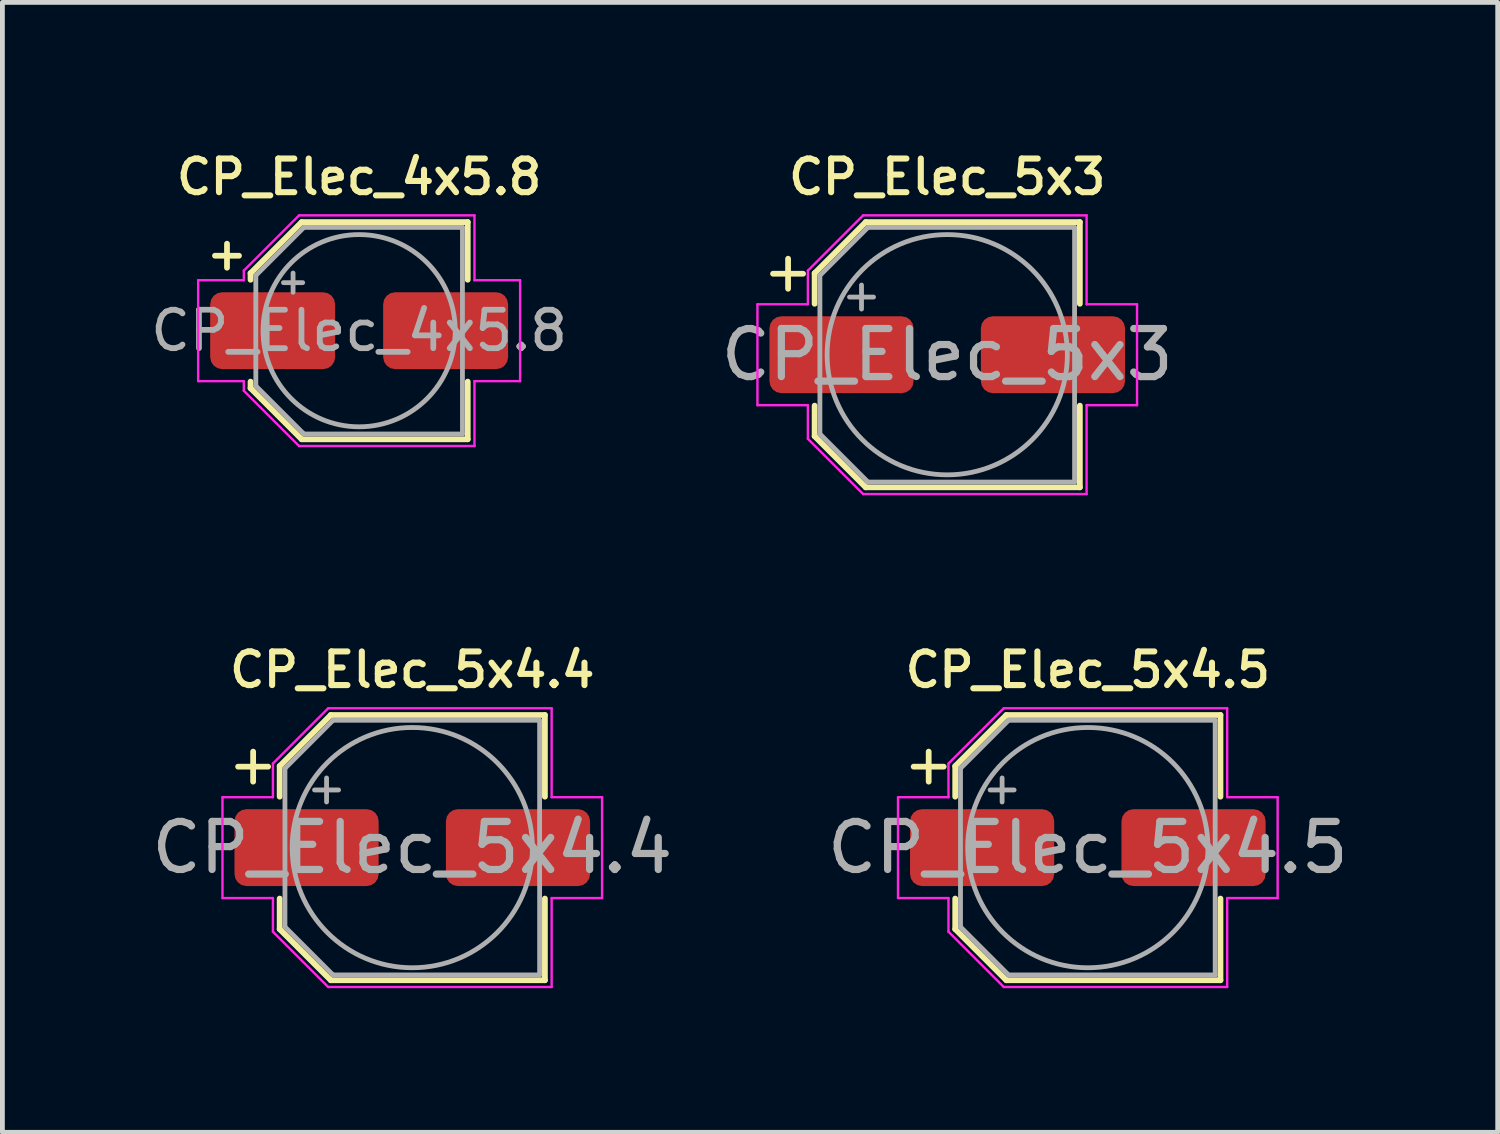
<source format=kicad_pcb>
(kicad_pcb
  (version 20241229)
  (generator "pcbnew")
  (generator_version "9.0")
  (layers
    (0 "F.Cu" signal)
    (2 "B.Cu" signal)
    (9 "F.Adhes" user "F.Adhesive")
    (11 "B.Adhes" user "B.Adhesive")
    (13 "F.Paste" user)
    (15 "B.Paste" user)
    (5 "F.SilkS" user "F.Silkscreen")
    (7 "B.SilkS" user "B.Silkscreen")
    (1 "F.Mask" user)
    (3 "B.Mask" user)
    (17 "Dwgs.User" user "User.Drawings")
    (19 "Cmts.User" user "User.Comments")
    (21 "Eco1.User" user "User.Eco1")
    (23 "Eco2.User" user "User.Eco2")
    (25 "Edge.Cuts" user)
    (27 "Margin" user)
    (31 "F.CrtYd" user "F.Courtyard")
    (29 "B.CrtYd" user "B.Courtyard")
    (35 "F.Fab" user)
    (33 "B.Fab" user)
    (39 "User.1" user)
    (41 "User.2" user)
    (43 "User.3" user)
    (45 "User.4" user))
  (footprint "CP_Elec_5x4.4"
    (layer "F.Cu")
    (at 5.53 14.59)
    (property "Reference" "CP_Elec_5x4.4" (at 0 -3.7 0) (layer "F.SilkS") (effects (font (size 0.7 0.7) (thickness 0.127))))
    (attr smd)
    (fp_line (start -3.625 -1.685) (end -3 -1.685) (stroke (width 0.12) (type solid)) (layer "F.SilkS"))
    (fp_line (start -3.312 -1.998) (end -3.312 -1.373) (stroke (width 0.12) (type solid)) (layer "F.SilkS"))
    (fp_line (start -2.76 -1.696) (end -2.76 -1.06) (stroke (width 0.12) (type solid)) (layer "F.SilkS"))
    (fp_line (start -2.76 -1.696) (end -1.696 -2.76) (stroke (width 0.12) (type solid)) (layer "F.SilkS"))
    (fp_line (start -2.76 1.696) (end -2.76 1.06) (stroke (width 0.12) (type solid)) (layer "F.SilkS"))
    (fp_line (start -2.76 1.696) (end -1.696 2.76) (stroke (width 0.12) (type solid)) (layer "F.SilkS"))
    (fp_line (start -1.696 -2.76) (end 2.76 -2.76) (stroke (width 0.12) (type solid)) (layer "F.SilkS"))
    (fp_line (start -1.696 2.76) (end 2.76 2.76) (stroke (width 0.12) (type solid)) (layer "F.SilkS"))
    (fp_line (start 2.76 -2.76) (end 2.76 -1.06) (stroke (width 0.12) (type solid)) (layer "F.SilkS"))
    (fp_line (start 2.76 2.76) (end 2.76 1.06) (stroke (width 0.12) (type solid)) (layer "F.SilkS"))
    (fp_line (start -3.95 -1.05) (end -3.95 1.05) (stroke (width 0.05) (type solid)) (layer "F.CrtYd"))
    (fp_line (start -3.95 1.05) (end -2.9 1.05) (stroke (width 0.05) (type solid)) (layer "F.CrtYd"))
    (fp_line (start -2.9 -1.75) (end -2.9 -1.05) (stroke (width 0.05) (type solid)) (layer "F.CrtYd"))
    (fp_line (start -2.9 -1.75) (end -1.75 -2.9) (stroke (width 0.05) (type solid)) (layer "F.CrtYd"))
    (fp_line (start -2.9 -1.05) (end -3.95 -1.05) (stroke (width 0.05) (type solid)) (layer "F.CrtYd"))
    (fp_line (start -2.9 1.05) (end -2.9 1.75) (stroke (width 0.05) (type solid)) (layer "F.CrtYd"))
    (fp_line (start -2.9 1.75) (end -1.75 2.9) (stroke (width 0.05) (type solid)) (layer "F.CrtYd"))
    (fp_line (start -1.75 -2.9) (end 2.9 -2.9) (stroke (width 0.05) (type solid)) (layer "F.CrtYd"))
    (fp_line (start -1.75 2.9) (end 2.9 2.9) (stroke (width 0.05) (type solid)) (layer "F.CrtYd"))
    (fp_line (start 2.9 -2.9) (end 2.9 -1.05) (stroke (width 0.05) (type solid)) (layer "F.CrtYd"))
    (fp_line (start 2.9 -1.05) (end 3.95 -1.05) (stroke (width 0.05) (type solid)) (layer "F.CrtYd"))
    (fp_line (start 2.9 1.05) (end 2.9 2.9) (stroke (width 0.05) (type solid)) (layer "F.CrtYd"))
    (fp_line (start 3.95 -1.05) (end 3.95 1.05) (stroke (width 0.05) (type solid)) (layer "F.CrtYd"))
    (fp_line (start 3.95 1.05) (end 2.9 1.05) (stroke (width 0.05) (type solid)) (layer "F.CrtYd"))
    (fp_line (start -2.65 -1.65) (end -2.65 1.65) (stroke (width 0.1) (type solid)) (layer "F.Fab"))
    (fp_line (start -2.65 -1.65) (end -1.65 -2.65) (stroke (width 0.1) (type solid)) (layer "F.Fab"))
    (fp_line (start -2.65 1.65) (end -1.65 2.65) (stroke (width 0.1) (type solid)) (layer "F.Fab"))
    (fp_line (start -2.034 -1.2) (end -1.534 -1.2) (stroke (width 0.1) (type solid)) (layer "F.Fab"))
    (fp_line (start -1.784 -1.45) (end -1.784 -0.95) (stroke (width 0.1) (type solid)) (layer "F.Fab"))
    (fp_line (start -1.65 -2.65) (end 2.65 -2.65) (stroke (width 0.1) (type solid)) (layer "F.Fab"))
    (fp_line (start -1.65 2.65) (end 2.65 2.65) (stroke (width 0.1) (type solid)) (layer "F.Fab"))
    (fp_line (start 2.65 -2.65) (end 2.65 2.65) (stroke (width 0.1) (type solid)) (layer "F.Fab"))
    (fp_circle (center 0 0) (end 2.5 0) (stroke (width 0.1) (type solid)) (fill no) (layer "F.Fab"))
    (fp_text user "${REFERENCE}" (at 0 0 0) (layer "F.Fab") (effects (font (size 1 1) (thickness 0.15))))
    (pad "1" smd roundrect (at -2.2 0) (size 3 1.6) (layers "F.Cu" "F.Mask" "F.Paste") (roundrect_rratio 0.156))
    (pad "2" smd roundrect (at 2.2 0) (size 3 1.6) (layers "F.Cu" "F.Mask" "F.Paste") (roundrect_rratio 0.156)))
  (footprint "CP_Elec_5x4.5"
    (layer "F.Cu")
    (at 19.589 14.59)
    (property "Reference" "CP_Elec_5x4.5" (at 0 -3.7 0) (layer "F.SilkS") (effects (font (size 0.7 0.7) (thickness 0.127))))
    (attr smd)
    (fp_line (start -3.625 -1.685) (end -3 -1.685) (stroke (width 0.12) (type solid)) (layer "F.SilkS"))
    (fp_line (start -3.312 -1.998) (end -3.312 -1.373) (stroke (width 0.12) (type solid)) (layer "F.SilkS"))
    (fp_line (start -2.76 -1.696) (end -2.76 -1.06) (stroke (width 0.12) (type solid)) (layer "F.SilkS"))
    (fp_line (start -2.76 -1.696) (end -1.696 -2.76) (stroke (width 0.12) (type solid)) (layer "F.SilkS"))
    (fp_line (start -2.76 1.696) (end -2.76 1.06) (stroke (width 0.12) (type solid)) (layer "F.SilkS"))
    (fp_line (start -2.76 1.696) (end -1.696 2.76) (stroke (width 0.12) (type solid)) (layer "F.SilkS"))
    (fp_line (start -1.696 -2.76) (end 2.76 -2.76) (stroke (width 0.12) (type solid)) (layer "F.SilkS"))
    (fp_line (start -1.696 2.76) (end 2.76 2.76) (stroke (width 0.12) (type solid)) (layer "F.SilkS"))
    (fp_line (start 2.76 -2.76) (end 2.76 -1.06) (stroke (width 0.12) (type solid)) (layer "F.SilkS"))
    (fp_line (start 2.76 2.76) (end 2.76 1.06) (stroke (width 0.12) (type solid)) (layer "F.SilkS"))
    (fp_line (start -3.95 -1.05) (end -3.95 1.05) (stroke (width 0.05) (type solid)) (layer "F.CrtYd"))
    (fp_line (start -3.95 1.05) (end -2.9 1.05) (stroke (width 0.05) (type solid)) (layer "F.CrtYd"))
    (fp_line (start -2.9 -1.75) (end -2.9 -1.05) (stroke (width 0.05) (type solid)) (layer "F.CrtYd"))
    (fp_line (start -2.9 -1.75) (end -1.75 -2.9) (stroke (width 0.05) (type solid)) (layer "F.CrtYd"))
    (fp_line (start -2.9 -1.05) (end -3.95 -1.05) (stroke (width 0.05) (type solid)) (layer "F.CrtYd"))
    (fp_line (start -2.9 1.05) (end -2.9 1.75) (stroke (width 0.05) (type solid)) (layer "F.CrtYd"))
    (fp_line (start -2.9 1.75) (end -1.75 2.9) (stroke (width 0.05) (type solid)) (layer "F.CrtYd"))
    (fp_line (start -1.75 -2.9) (end 2.9 -2.9) (stroke (width 0.05) (type solid)) (layer "F.CrtYd"))
    (fp_line (start -1.75 2.9) (end 2.9 2.9) (stroke (width 0.05) (type solid)) (layer "F.CrtYd"))
    (fp_line (start 2.9 -2.9) (end 2.9 -1.05) (stroke (width 0.05) (type solid)) (layer "F.CrtYd"))
    (fp_line (start 2.9 -1.05) (end 3.95 -1.05) (stroke (width 0.05) (type solid)) (layer "F.CrtYd"))
    (fp_line (start 2.9 1.05) (end 2.9 2.9) (stroke (width 0.05) (type solid)) (layer "F.CrtYd"))
    (fp_line (start 3.95 -1.05) (end 3.95 1.05) (stroke (width 0.05) (type solid)) (layer "F.CrtYd"))
    (fp_line (start 3.95 1.05) (end 2.9 1.05) (stroke (width 0.05) (type solid)) (layer "F.CrtYd"))
    (fp_line (start -2.65 -1.65) (end -2.65 1.65) (stroke (width 0.1) (type solid)) (layer "F.Fab"))
    (fp_line (start -2.65 -1.65) (end -1.65 -2.65) (stroke (width 0.1) (type solid)) (layer "F.Fab"))
    (fp_line (start -2.65 1.65) (end -1.65 2.65) (stroke (width 0.1) (type solid)) (layer "F.Fab"))
    (fp_line (start -2.034 -1.2) (end -1.534 -1.2) (stroke (width 0.1) (type solid)) (layer "F.Fab"))
    (fp_line (start -1.784 -1.45) (end -1.784 -0.95) (stroke (width 0.1) (type solid)) (layer "F.Fab"))
    (fp_line (start -1.65 -2.65) (end 2.65 -2.65) (stroke (width 0.1) (type solid)) (layer "F.Fab"))
    (fp_line (start -1.65 2.65) (end 2.65 2.65) (stroke (width 0.1) (type solid)) (layer "F.Fab"))
    (fp_line (start 2.65 -2.65) (end 2.65 2.65) (stroke (width 0.1) (type solid)) (layer "F.Fab"))
    (fp_circle (center 0 0) (end 2.5 0) (stroke (width 0.1) (type solid)) (fill no) (layer "F.Fab"))
    (fp_text user "${REFERENCE}" (at 0 0 0) (layer "F.Fab") (effects (font (size 1 1) (thickness 0.15))))
    (pad "1" smd roundrect (at -2.2 0) (size 3 1.6) (layers "F.Cu" "F.Mask" "F.Paste") (roundrect_rratio 0.156))
    (pad "2" smd roundrect (at 2.2 0) (size 3 1.6) (layers "F.Cu" "F.Mask" "F.Paste") (roundrect_rratio 0.156)))
  (footprint "CP_Elec_5x3"
    (layer "F.Cu")
    (at 16.663 4.332)
    (property "Reference" "CP_Elec_5x3" (at 0 -3.7 0) (layer "F.SilkS") (effects (font (size 0.7 0.7) (thickness 0.127))))
    (attr smd)
    (fp_line (start -3.625 -1.685) (end -3 -1.685) (stroke (width 0.12) (type solid)) (layer "F.SilkS"))
    (fp_line (start -3.312 -1.998) (end -3.312 -1.373) (stroke (width 0.12) (type solid)) (layer "F.SilkS"))
    (fp_line (start -2.76 -1.696) (end -2.76 -1.06) (stroke (width 0.12) (type solid)) (layer "F.SilkS"))
    (fp_line (start -2.76 -1.696) (end -1.696 -2.76) (stroke (width 0.12) (type solid)) (layer "F.SilkS"))
    (fp_line (start -2.76 1.696) (end -2.76 1.06) (stroke (width 0.12) (type solid)) (layer "F.SilkS"))
    (fp_line (start -2.76 1.696) (end -1.696 2.76) (stroke (width 0.12) (type solid)) (layer "F.SilkS"))
    (fp_line (start -1.696 -2.76) (end 2.76 -2.76) (stroke (width 0.12) (type solid)) (layer "F.SilkS"))
    (fp_line (start -1.696 2.76) (end 2.76 2.76) (stroke (width 0.12) (type solid)) (layer "F.SilkS"))
    (fp_line (start 2.76 -2.76) (end 2.76 -1.06) (stroke (width 0.12) (type solid)) (layer "F.SilkS"))
    (fp_line (start 2.76 2.76) (end 2.76 1.06) (stroke (width 0.12) (type solid)) (layer "F.SilkS"))
    (fp_line (start -3.95 -1.05) (end -3.95 1.05) (stroke (width 0.05) (type solid)) (layer "F.CrtYd"))
    (fp_line (start -3.95 1.05) (end -2.9 1.05) (stroke (width 0.05) (type solid)) (layer "F.CrtYd"))
    (fp_line (start -2.9 -1.75) (end -2.9 -1.05) (stroke (width 0.05) (type solid)) (layer "F.CrtYd"))
    (fp_line (start -2.9 -1.75) (end -1.75 -2.9) (stroke (width 0.05) (type solid)) (layer "F.CrtYd"))
    (fp_line (start -2.9 -1.05) (end -3.95 -1.05) (stroke (width 0.05) (type solid)) (layer "F.CrtYd"))
    (fp_line (start -2.9 1.05) (end -2.9 1.75) (stroke (width 0.05) (type solid)) (layer "F.CrtYd"))
    (fp_line (start -2.9 1.75) (end -1.75 2.9) (stroke (width 0.05) (type solid)) (layer "F.CrtYd"))
    (fp_line (start -1.75 -2.9) (end 2.9 -2.9) (stroke (width 0.05) (type solid)) (layer "F.CrtYd"))
    (fp_line (start -1.75 2.9) (end 2.9 2.9) (stroke (width 0.05) (type solid)) (layer "F.CrtYd"))
    (fp_line (start 2.9 -2.9) (end 2.9 -1.05) (stroke (width 0.05) (type solid)) (layer "F.CrtYd"))
    (fp_line (start 2.9 -1.05) (end 3.95 -1.05) (stroke (width 0.05) (type solid)) (layer "F.CrtYd"))
    (fp_line (start 2.9 1.05) (end 2.9 2.9) (stroke (width 0.05) (type solid)) (layer "F.CrtYd"))
    (fp_line (start 3.95 -1.05) (end 3.95 1.05) (stroke (width 0.05) (type solid)) (layer "F.CrtYd"))
    (fp_line (start 3.95 1.05) (end 2.9 1.05) (stroke (width 0.05) (type solid)) (layer "F.CrtYd"))
    (fp_line (start -2.65 -1.65) (end -2.65 1.65) (stroke (width 0.1) (type solid)) (layer "F.Fab"))
    (fp_line (start -2.65 -1.65) (end -1.65 -2.65) (stroke (width 0.1) (type solid)) (layer "F.Fab"))
    (fp_line (start -2.65 1.65) (end -1.65 2.65) (stroke (width 0.1) (type solid)) (layer "F.Fab"))
    (fp_line (start -2.034 -1.2) (end -1.534 -1.2) (stroke (width 0.1) (type solid)) (layer "F.Fab"))
    (fp_line (start -1.784 -1.45) (end -1.784 -0.95) (stroke (width 0.1) (type solid)) (layer "F.Fab"))
    (fp_line (start -1.65 -2.65) (end 2.65 -2.65) (stroke (width 0.1) (type solid)) (layer "F.Fab"))
    (fp_line (start -1.65 2.65) (end 2.65 2.65) (stroke (width 0.1) (type solid)) (layer "F.Fab"))
    (fp_line (start 2.65 -2.65) (end 2.65 2.65) (stroke (width 0.1) (type solid)) (layer "F.Fab"))
    (fp_circle (center 0 0) (end 2.5 0) (stroke (width 0.1) (type solid)) (fill no) (layer "F.Fab"))
    (fp_text user "${REFERENCE}" (at 0 0 0) (layer "F.Fab") (effects (font (size 1 1) (thickness 0.15))))
    (pad "1" smd roundrect (at -2.2 0) (size 3 1.6) (layers "F.Cu" "F.Mask" "F.Paste") (roundrect_rratio 0.156))
    (pad "2" smd roundrect (at 2.2 0) (size 3 1.6) (layers "F.Cu" "F.Mask" "F.Paste") (roundrect_rratio 0.156)))
  (footprint "CP_Elec_4x5.8"
    (layer "F.Cu")
    (at 4.424 3.832)
    (property "Reference" "CP_Elec_4x5.8" (at 0 -3.2 0) (layer "F.SilkS") (effects (font (size 0.7 0.7) (thickness 0.127))))
    (attr smd)
    (fp_line (start -3 -1.56) (end -2.5 -1.56) (stroke (width 0.12) (type solid)) (layer "F.SilkS"))
    (fp_line (start -2.75 -1.81) (end -2.75 -1.31) (stroke (width 0.12) (type solid)) (layer "F.SilkS"))
    (fp_line (start -2.26 -1.196) (end -2.26 -1.06) (stroke (width 0.12) (type solid)) (layer "F.SilkS"))
    (fp_line (start -2.26 -1.196) (end -1.196 -2.26) (stroke (width 0.12) (type solid)) (layer "F.SilkS"))
    (fp_line (start -2.26 1.196) (end -2.26 1.06) (stroke (width 0.12) (type solid)) (layer "F.SilkS"))
    (fp_line (start -2.26 1.196) (end -1.196 2.26) (stroke (width 0.12) (type solid)) (layer "F.SilkS"))
    (fp_line (start -1.196 -2.26) (end 2.26 -2.26) (stroke (width 0.12) (type solid)) (layer "F.SilkS"))
    (fp_line (start -1.196 2.26) (end 2.26 2.26) (stroke (width 0.12) (type solid)) (layer "F.SilkS"))
    (fp_line (start 2.26 -2.26) (end 2.26 -1.06) (stroke (width 0.12) (type solid)) (layer "F.SilkS"))
    (fp_line (start 2.26 2.26) (end 2.26 1.06) (stroke (width 0.12) (type solid)) (layer "F.SilkS"))
    (fp_line (start -3.35 -1.05) (end -3.35 1.05) (stroke (width 0.05) (type solid)) (layer "F.CrtYd"))
    (fp_line (start -3.35 1.05) (end -2.4 1.05) (stroke (width 0.05) (type solid)) (layer "F.CrtYd"))
    (fp_line (start -2.4 -1.25) (end -2.4 -1.05) (stroke (width 0.05) (type solid)) (layer "F.CrtYd"))
    (fp_line (start -2.4 -1.25) (end -1.25 -2.4) (stroke (width 0.05) (type solid)) (layer "F.CrtYd"))
    (fp_line (start -2.4 -1.05) (end -3.35 -1.05) (stroke (width 0.05) (type solid)) (layer "F.CrtYd"))
    (fp_line (start -2.4 1.05) (end -2.4 1.25) (stroke (width 0.05) (type solid)) (layer "F.CrtYd"))
    (fp_line (start -2.4 1.25) (end -1.25 2.4) (stroke (width 0.05) (type solid)) (layer "F.CrtYd"))
    (fp_line (start -1.25 -2.4) (end 2.4 -2.4) (stroke (width 0.05) (type solid)) (layer "F.CrtYd"))
    (fp_line (start -1.25 2.4) (end 2.4 2.4) (stroke (width 0.05) (type solid)) (layer "F.CrtYd"))
    (fp_line (start 2.4 -2.4) (end 2.4 -1.05) (stroke (width 0.05) (type solid)) (layer "F.CrtYd"))
    (fp_line (start 2.4 -1.05) (end 3.35 -1.05) (stroke (width 0.05) (type solid)) (layer "F.CrtYd"))
    (fp_line (start 2.4 1.05) (end 2.4 2.4) (stroke (width 0.05) (type solid)) (layer "F.CrtYd"))
    (fp_line (start 3.35 -1.05) (end 3.35 1.05) (stroke (width 0.05) (type solid)) (layer "F.CrtYd"))
    (fp_line (start 3.35 1.05) (end 2.4 1.05) (stroke (width 0.05) (type solid)) (layer "F.CrtYd"))
    (fp_line (start -2.15 -1.15) (end -2.15 1.15) (stroke (width 0.1) (type solid)) (layer "F.Fab"))
    (fp_line (start -2.15 -1.15) (end -1.15 -2.15) (stroke (width 0.1) (type solid)) (layer "F.Fab"))
    (fp_line (start -2.15 1.15) (end -1.15 2.15) (stroke (width 0.1) (type solid)) (layer "F.Fab"))
    (fp_line (start -1.575 -1) (end -1.175 -1) (stroke (width 0.1) (type solid)) (layer "F.Fab"))
    (fp_line (start -1.375 -1.2) (end -1.375 -0.8) (stroke (width 0.1) (type solid)) (layer "F.Fab"))
    (fp_line (start -1.15 -2.15) (end 2.15 -2.15) (stroke (width 0.1) (type solid)) (layer "F.Fab"))
    (fp_line (start -1.15 2.15) (end 2.15 2.15) (stroke (width 0.1) (type solid)) (layer "F.Fab"))
    (fp_line (start 2.15 -2.15) (end 2.15 2.15) (stroke (width 0.1) (type solid)) (layer "F.Fab"))
    (fp_circle (center 0 0) (end 2 0) (stroke (width 0.1) (type solid)) (fill no) (layer "F.Fab"))
    (fp_text user "${REFERENCE}" (at 0 0 0) (layer "F.Fab") (effects (font (size 0.8 0.8) (thickness 0.12))))
    (pad "1" smd roundrect (at -1.8 0) (size 2.6 1.6) (layers "F.Cu" "F.Mask" "F.Paste") (roundrect_rratio 0.156))
    (pad "2" smd roundrect (at 1.8 0) (size 2.6 1.6) (layers "F.Cu" "F.Mask" "F.Paste") (roundrect_rratio 0.156)))
  (gr_rect
    (start -3 -3)
    (end 28.119 20.515)
    (stroke (width 0.1) (type default))
    (fill no)
    (layer "Edge.Cuts")))
</source>
